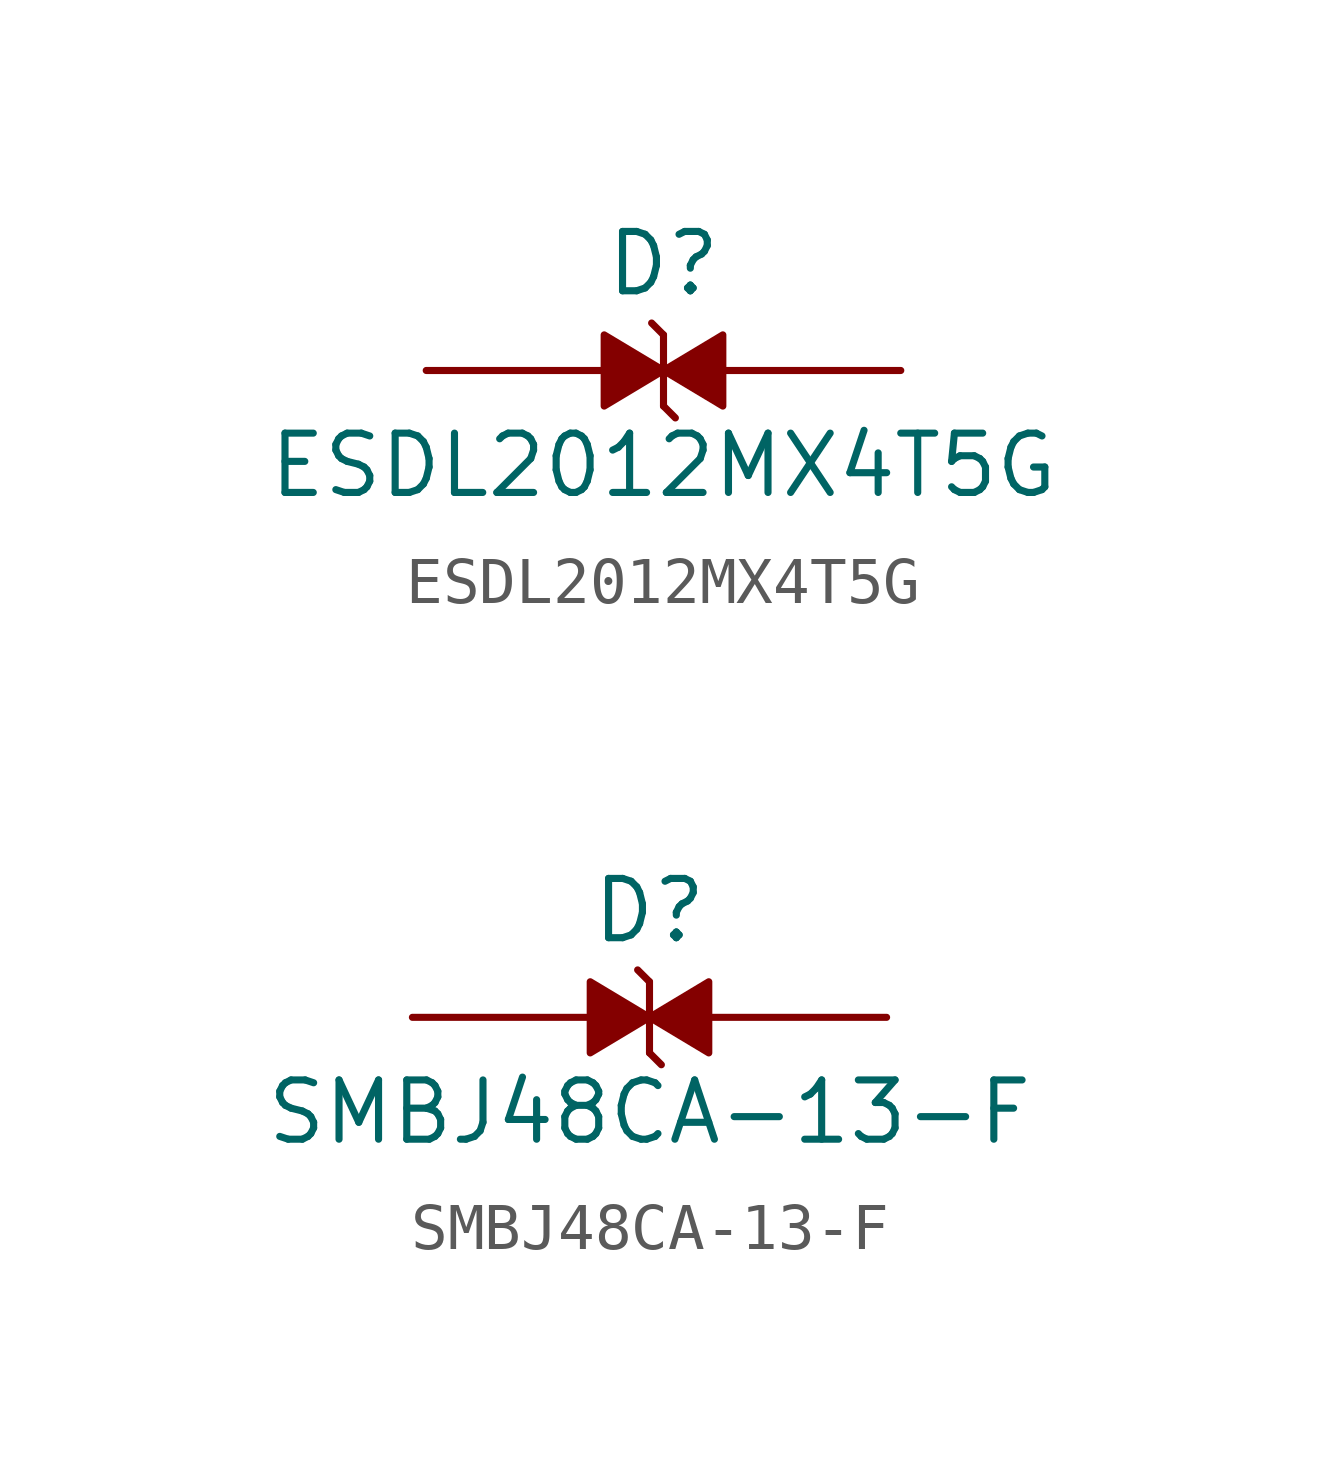
<source format=kicad_sym>
(kicad_symbol_lib
  (version 20241209)
  (generator "kicad_symbol_editor")
  (generator_version "9.0")
  (symbol "ESDL2012MX4T5G"
    (pin_numbers
      (hide yes))
    (pin_names
      (hide yes))
    (property "Reference" "D"
      (at 0 2.286 0)
      (effects (font (size 1.27 1.27))))
    (property "Value" "ESDL2012MX4T5G"
      (at 0 -2.032 0)
      (effects (font (size 1.27 1.27))))
    (symbol "ESDL2012MX4T5G_0_1"
      (polyline (pts (xy 0 0.762) (xy -0.254 1.016)) (stroke (width 0) (type default)) (fill (type none)))
      (polyline (pts (xy 0 0.762) (xy 0 -0.762)) (stroke (width 0) (type default)) (fill (type none)))
      (polyline (pts (xy 0 0) (xy -1.27 0.762) (xy -1.27 -0.762) (xy 0 0)) (stroke (width 0) (type default)) (fill (type outline)))
      (polyline (pts (xy 0 0) (xy 1.27 -0.762) (xy 1.27 0.762) (xy 0 0)) (stroke (width 0) (type default)) (fill (type outline)))
      (polyline (pts (xy 0.254 -1.016) (xy 0 -0.762)) (stroke (width 0) (type default)) (fill (type none))))
    (symbol "ESDL2012MX4T5G_1_1"
      (pin passive line (at -5.08 0 0) (length 3.81) (name "1" (effects (font (size 1.27 1.27)))) (number "1" (effects (font (size 1.27 1.27)))))
      (pin passive line (at 5.08 0 180) (length 3.81) (name "2" (effects (font (size 1.27 1.27)))) (number "2" (effects (font (size 1.27 1.27)))))))
  (symbol "SMBJ48CA-13-F"
    (pin_numbers
      (hide yes))
    (pin_names
      (hide yes))
    (property "Reference" "D"
      (at 0 2.286 0)
      (effects (font (size 1.27 1.27))))
    (property "Value" "SMBJ48CA-13-F"
      (at 0 -2.032 0)
      (effects (font (size 1.27 1.27))))
    (symbol "SMBJ48CA-13-F_0_1"
      (polyline (pts (xy 0 0.762) (xy -0.254 1.016)) (stroke (width 0) (type default)) (fill (type none)))
      (polyline (pts (xy 0 0.762) (xy 0 -0.762)) (stroke (width 0) (type default)) (fill (type none)))
      (polyline (pts (xy 0 0) (xy -1.27 0.762) (xy -1.27 -0.762) (xy 0 0)) (stroke (width 0) (type default)) (fill (type outline)))
      (polyline (pts (xy 0 0) (xy 1.27 -0.762) (xy 1.27 0.762) (xy 0 0)) (stroke (width 0) (type default)) (fill (type outline)))
      (polyline (pts (xy 0.254 -1.016) (xy 0 -0.762)) (stroke (width 0) (type default)) (fill (type none))))
    (symbol "SMBJ48CA-13-F_1_1"
      (pin passive line (at -5.08 0 0) (length 3.81) (name "1" (effects (font (size 1.27 1.27)))) (number "1" (effects (font (size 1.27 1.27)))))
      (pin passive line (at 5.08 0 180) (length 3.81) (name "2" (effects (font (size 1.27 1.27)))) (number "2" (effects (font (size 1.27 1.27))))))))
</source>
